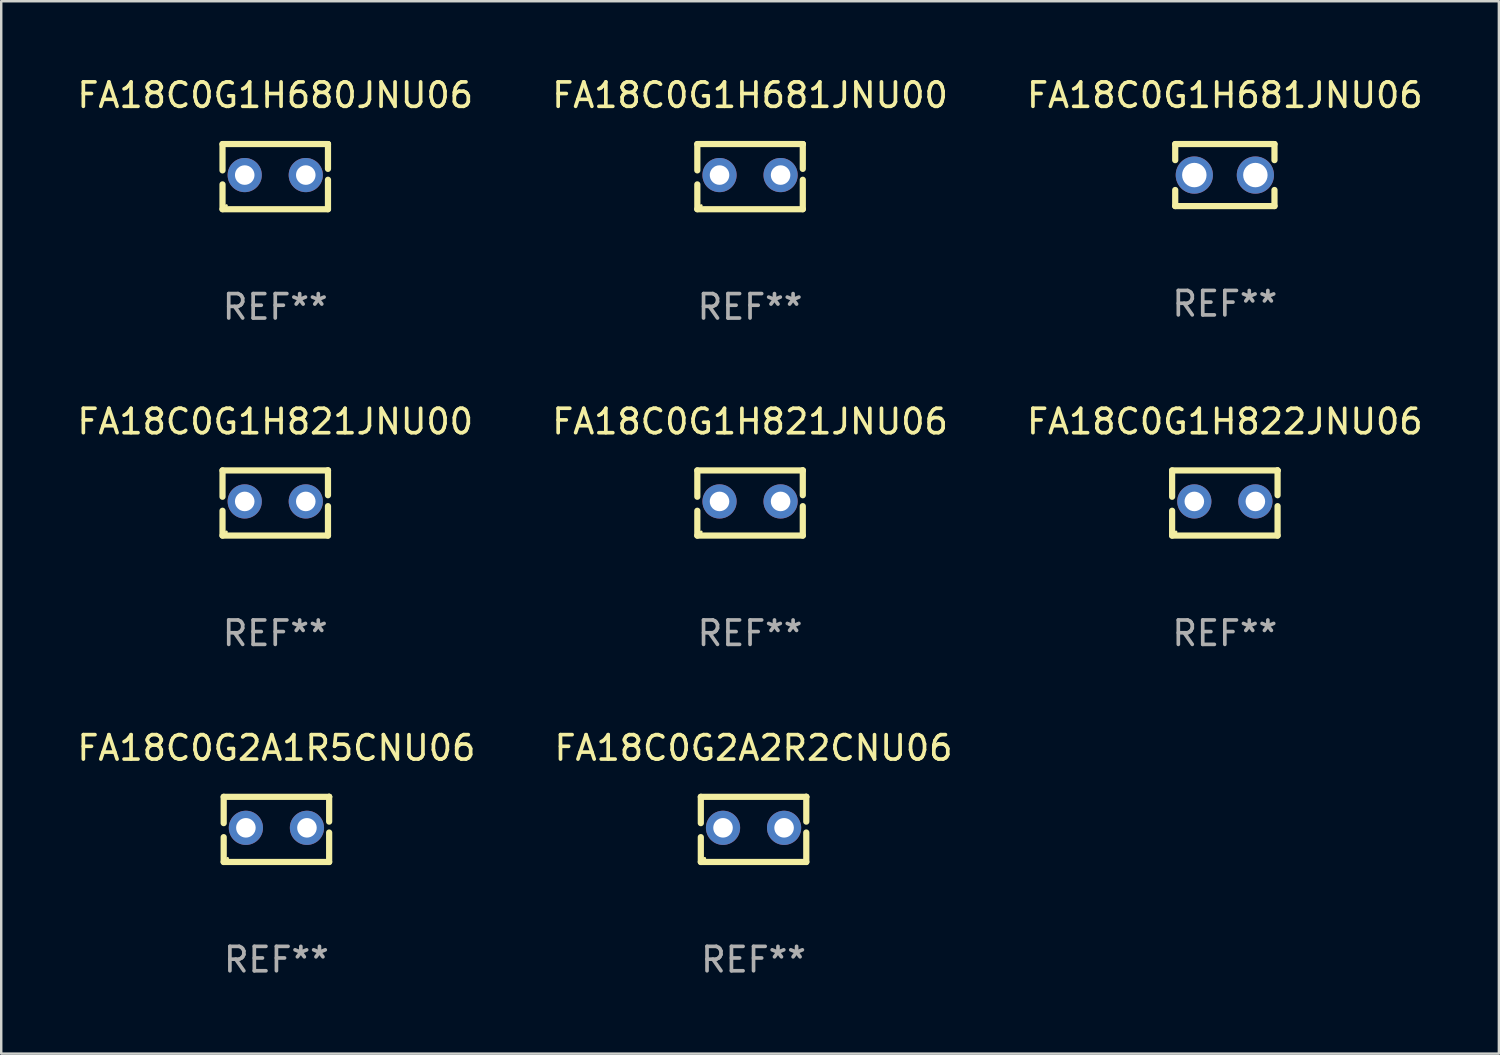
<source format=kicad_pcb>
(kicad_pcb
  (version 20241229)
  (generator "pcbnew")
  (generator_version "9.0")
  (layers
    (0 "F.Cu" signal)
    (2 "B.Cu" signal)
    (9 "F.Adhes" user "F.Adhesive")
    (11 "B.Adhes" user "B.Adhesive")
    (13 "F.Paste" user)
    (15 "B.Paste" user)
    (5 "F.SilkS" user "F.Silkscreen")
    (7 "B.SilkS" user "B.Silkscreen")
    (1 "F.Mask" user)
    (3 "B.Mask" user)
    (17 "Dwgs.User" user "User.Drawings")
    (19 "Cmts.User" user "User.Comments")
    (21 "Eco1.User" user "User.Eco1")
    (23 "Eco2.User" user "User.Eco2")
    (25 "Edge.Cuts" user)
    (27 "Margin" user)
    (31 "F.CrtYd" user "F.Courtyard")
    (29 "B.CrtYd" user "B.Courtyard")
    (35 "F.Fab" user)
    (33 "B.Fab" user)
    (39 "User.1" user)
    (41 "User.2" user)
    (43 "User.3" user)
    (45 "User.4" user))
  (footprint "FA18C0G1H681JNU06"
    (layer "F.Cu")
    (at 47.101 4.118)
    (property "Reference" "FA18C0G1H681JNU06" (at 0 -3.27 0) (layer "F.SilkS") (effects (font (size 1 1) (thickness 0.15))))
    (attr through_hole)
    (fp_line (start -2.032 -1.27) (end -2.032 -0.611) (stroke (width 0.254) (type solid)) (layer "F.SilkS"))
    (fp_line (start -2.032 0.611) (end -2.032 1.27) (stroke (width 0.254) (type solid)) (layer "F.SilkS"))
    (fp_line (start -2.032 1.27) (end 2.032 1.27) (stroke (width 0.254) (type solid)) (layer "F.SilkS"))
    (fp_line (start 2.032 -1.27) (end -2.032 -1.27) (stroke (width 0.254) (type solid)) (layer "F.SilkS"))
    (fp_line (start 2.032 -0.611) (end 2.032 -1.27) (stroke (width 0.254) (type solid)) (layer "F.SilkS"))
    (fp_line (start 2.032 1.27) (end 2.032 0.611) (stroke (width 0.254) (type solid)) (layer "F.SilkS"))
    (fp_circle (center -2 1.25) (end -1.97 1.25) (stroke (width 0.06) (type solid)) (fill no) (layer "F.SilkS"))
    (fp_text user "REF**" (at 0 5.27 0) (layer "F.Fab") (effects (font (size 1 1) (thickness 0.15))))
    (pad "1" thru_hole circle (at -1.25 0) (size 1.524 1.524) (drill 1) (layers "*.Cu" "*.Mask"))
    (pad "2" thru_hole circle (at 1.25 0) (size 1.524 1.524) (drill 1) (layers "*.Cu" "*.Mask")))
  (footprint "FA18C0G1H822JNU06"
    (layer "F.Cu")
    (at 47.101 17.545)
    (property "Reference" "FA18C0G1H822JNU06" (at 0 -3.334 0) (layer "F.SilkS") (effects (font (size 1 1) (thickness 0.15))))
    (attr through_hole)
    (fp_line (start -2.159 -1.334) (end 2.159 -1.334) (stroke (width 0.254) (type solid)) (layer "F.SilkS"))
    (fp_line (start -2.159 -0.256) (end -2.159 -1.334) (stroke (width 0.254) (type solid)) (layer "F.SilkS"))
    (fp_line (start -2.159 1.334) (end -2.159 0.318) (stroke (width 0.254) (type solid)) (layer "F.SilkS"))
    (fp_line (start 2.159 -1.334) (end 2.159 -1.334) (stroke (width 0.254) (type solid)) (layer "F.SilkS"))
    (fp_line (start 2.159 -1.334) (end 2.159 -0.318) (stroke (width 0.254) (type solid)) (layer "F.SilkS"))
    (fp_line (start 2.159 0.129) (end 2.159 1.334) (stroke (width 0.254) (type solid)) (layer "F.SilkS"))
    (fp_line (start 2.159 1.334) (end -2.159 1.334) (stroke (width 0.254) (type solid)) (layer "F.SilkS"))
    (fp_circle (center -2 1.186) (end -1.97 1.186) (stroke (width 0.06) (type solid)) (fill no) (layer "F.SilkS"))
    (fp_text user "REF**" (at 0 5.334 0) (layer "F.Fab") (effects (font (size 1 1) (thickness 0.15))))
    (pad "1" thru_hole circle (at -1.25 -0.064) (size 1.4 1.4) (drill 0.8) (layers "*.Cu" "*.Mask"))
    (pad "2" thru_hole circle (at 1.25 -0.064) (size 1.4 1.4) (drill 0.8) (layers "*.Cu" "*.Mask")))
  (footprint "FA18C0G1H680JNU06"
    (layer "F.Cu")
    (at 8.22 4.182)
    (property "Reference" "FA18C0G1H680JNU06" (at 0 -3.334 0) (layer "F.SilkS") (effects (font (size 1 1) (thickness 0.15))))
    (attr through_hole)
    (fp_line (start -2.159 -1.334) (end 2.159 -1.334) (stroke (width 0.254) (type solid)) (layer "F.SilkS"))
    (fp_line (start -2.159 -0.256) (end -2.159 -1.334) (stroke (width 0.254) (type solid)) (layer "F.SilkS"))
    (fp_line (start -2.159 1.334) (end -2.159 0.318) (stroke (width 0.254) (type solid)) (layer "F.SilkS"))
    (fp_line (start 2.159 -1.334) (end 2.159 -1.334) (stroke (width 0.254) (type solid)) (layer "F.SilkS"))
    (fp_line (start 2.159 -1.334) (end 2.159 -0.318) (stroke (width 0.254) (type solid)) (layer "F.SilkS"))
    (fp_line (start 2.159 0.129) (end 2.159 1.334) (stroke (width 0.254) (type solid)) (layer "F.SilkS"))
    (fp_line (start 2.159 1.334) (end -2.159 1.334) (stroke (width 0.254) (type solid)) (layer "F.SilkS"))
    (fp_circle (center -2 1.186) (end -1.97 1.186) (stroke (width 0.06) (type solid)) (fill no) (layer "F.SilkS"))
    (fp_text user "REF**" (at 0 5.334 0) (layer "F.Fab") (effects (font (size 1 1) (thickness 0.15))))
    (pad "1" thru_hole circle (at -1.25 -0.064) (size 1.4 1.4) (drill 0.8) (layers "*.Cu" "*.Mask"))
    (pad "2" thru_hole circle (at 1.25 -0.064) (size 1.4 1.4) (drill 0.8) (layers "*.Cu" "*.Mask")))
  (footprint "FA18C0G2A2R2CNU06"
    (layer "F.Cu")
    (at 27.804 30.909)
    (property "Reference" "FA18C0G2A2R2CNU06" (at 0 -3.334 0) (layer "F.SilkS") (effects (font (size 1 1) (thickness 0.15))))
    (attr through_hole)
    (fp_line (start -2.159 -1.334) (end 2.159 -1.334) (stroke (width 0.254) (type solid)) (layer "F.SilkS"))
    (fp_line (start -2.159 -0.256) (end -2.159 -1.334) (stroke (width 0.254) (type solid)) (layer "F.SilkS"))
    (fp_line (start -2.159 1.334) (end -2.159 0.318) (stroke (width 0.254) (type solid)) (layer "F.SilkS"))
    (fp_line (start 2.159 -1.334) (end 2.159 -1.334) (stroke (width 0.254) (type solid)) (layer "F.SilkS"))
    (fp_line (start 2.159 -1.334) (end 2.159 -0.318) (stroke (width 0.254) (type solid)) (layer "F.SilkS"))
    (fp_line (start 2.159 0.129) (end 2.159 1.334) (stroke (width 0.254) (type solid)) (layer "F.SilkS"))
    (fp_line (start 2.159 1.334) (end -2.159 1.334) (stroke (width 0.254) (type solid)) (layer "F.SilkS"))
    (fp_circle (center -2 1.186) (end -1.97 1.186) (stroke (width 0.06) (type solid)) (fill no) (layer "F.SilkS"))
    (fp_text user "REF**" (at 0 5.334 0) (layer "F.Fab") (effects (font (size 1 1) (thickness 0.15))))
    (pad "1" thru_hole circle (at -1.25 -0.064) (size 1.4 1.4) (drill 0.8) (layers "*.Cu" "*.Mask"))
    (pad "2" thru_hole circle (at 1.25 -0.064) (size 1.4 1.4) (drill 0.8) (layers "*.Cu" "*.Mask")))
  (footprint "FA18C0G1H681JNU00"
    (layer "F.Cu")
    (at 27.661 4.182)
    (property "Reference" "FA18C0G1H681JNU00" (at 0 -3.334 0) (layer "F.SilkS") (effects (font (size 1 1) (thickness 0.15))))
    (attr through_hole)
    (fp_line (start -2.159 -1.334) (end 2.159 -1.334) (stroke (width 0.254) (type solid)) (layer "F.SilkS"))
    (fp_line (start -2.159 -0.256) (end -2.159 -1.334) (stroke (width 0.254) (type solid)) (layer "F.SilkS"))
    (fp_line (start -2.159 1.334) (end -2.159 0.318) (stroke (width 0.254) (type solid)) (layer "F.SilkS"))
    (fp_line (start 2.159 -1.334) (end 2.159 -1.334) (stroke (width 0.254) (type solid)) (layer "F.SilkS"))
    (fp_line (start 2.159 -1.334) (end 2.159 -0.318) (stroke (width 0.254) (type solid)) (layer "F.SilkS"))
    (fp_line (start 2.159 0.129) (end 2.159 1.334) (stroke (width 0.254) (type solid)) (layer "F.SilkS"))
    (fp_line (start 2.159 1.334) (end -2.159 1.334) (stroke (width 0.254) (type solid)) (layer "F.SilkS"))
    (fp_circle (center -2 1.186) (end -1.97 1.186) (stroke (width 0.06) (type solid)) (fill no) (layer "F.SilkS"))
    (fp_text user "REF**" (at 0 5.334 0) (layer "F.Fab") (effects (font (size 1 1) (thickness 0.15))))
    (pad "1" thru_hole circle (at -1.25 -0.064) (size 1.4 1.4) (drill 0.8) (layers "*.Cu" "*.Mask"))
    (pad "2" thru_hole circle (at 1.25 -0.064) (size 1.4 1.4) (drill 0.8) (layers "*.Cu" "*.Mask")))
  (footprint "FA18C0G2A1R5CNU06"
    (layer "F.Cu")
    (at 8.268 30.909)
    (property "Reference" "FA18C0G2A1R5CNU06" (at 0 -3.334 0) (layer "F.SilkS") (effects (font (size 1 1) (thickness 0.15))))
    (attr through_hole)
    (fp_line (start -2.159 -1.334) (end 2.159 -1.334) (stroke (width 0.254) (type solid)) (layer "F.SilkS"))
    (fp_line (start -2.159 -0.256) (end -2.159 -1.334) (stroke (width 0.254) (type solid)) (layer "F.SilkS"))
    (fp_line (start -2.159 1.334) (end -2.159 0.318) (stroke (width 0.254) (type solid)) (layer "F.SilkS"))
    (fp_line (start 2.159 -1.334) (end 2.159 -1.334) (stroke (width 0.254) (type solid)) (layer "F.SilkS"))
    (fp_line (start 2.159 -1.334) (end 2.159 -0.318) (stroke (width 0.254) (type solid)) (layer "F.SilkS"))
    (fp_line (start 2.159 0.129) (end 2.159 1.334) (stroke (width 0.254) (type solid)) (layer "F.SilkS"))
    (fp_line (start 2.159 1.334) (end -2.159 1.334) (stroke (width 0.254) (type solid)) (layer "F.SilkS"))
    (fp_circle (center -2 1.186) (end -1.97 1.186) (stroke (width 0.06) (type solid)) (fill no) (layer "F.SilkS"))
    (fp_text user "REF**" (at 0 5.334 0) (layer "F.Fab") (effects (font (size 1 1) (thickness 0.15))))
    (pad "1" thru_hole circle (at -1.25 -0.064) (size 1.4 1.4) (drill 0.8) (layers "*.Cu" "*.Mask"))
    (pad "2" thru_hole circle (at 1.25 -0.064) (size 1.4 1.4) (drill 0.8) (layers "*.Cu" "*.Mask")))
  (footprint "FA18C0G1H821JNU06"
    (layer "F.Cu")
    (at 27.661 17.545)
    (property "Reference" "FA18C0G1H821JNU06" (at 0 -3.334 0) (layer "F.SilkS") (effects (font (size 1 1) (thickness 0.15))))
    (attr through_hole)
    (fp_line (start -2.159 -1.334) (end 2.159 -1.334) (stroke (width 0.254) (type solid)) (layer "F.SilkS"))
    (fp_line (start -2.159 -0.256) (end -2.159 -1.334) (stroke (width 0.254) (type solid)) (layer "F.SilkS"))
    (fp_line (start -2.159 1.334) (end -2.159 0.318) (stroke (width 0.254) (type solid)) (layer "F.SilkS"))
    (fp_line (start 2.159 -1.334) (end 2.159 -1.334) (stroke (width 0.254) (type solid)) (layer "F.SilkS"))
    (fp_line (start 2.159 -1.334) (end 2.159 -0.318) (stroke (width 0.254) (type solid)) (layer "F.SilkS"))
    (fp_line (start 2.159 0.129) (end 2.159 1.334) (stroke (width 0.254) (type solid)) (layer "F.SilkS"))
    (fp_line (start 2.159 1.334) (end -2.159 1.334) (stroke (width 0.254) (type solid)) (layer "F.SilkS"))
    (fp_circle (center -2 1.186) (end -1.97 1.186) (stroke (width 0.06) (type solid)) (fill no) (layer "F.SilkS"))
    (fp_text user "REF**" (at 0 5.334 0) (layer "F.Fab") (effects (font (size 1 1) (thickness 0.15))))
    (pad "1" thru_hole circle (at -1.25 -0.064) (size 1.4 1.4) (drill 0.8) (layers "*.Cu" "*.Mask"))
    (pad "2" thru_hole circle (at 1.25 -0.064) (size 1.4 1.4) (drill 0.8) (layers "*.Cu" "*.Mask")))
  (footprint "FA18C0G1H821JNU00"
    (layer "F.Cu")
    (at 8.22 17.545)
    (property "Reference" "FA18C0G1H821JNU00" (at 0 -3.334 0) (layer "F.SilkS") (effects (font (size 1 1) (thickness 0.15))))
    (attr through_hole)
    (fp_line (start -2.159 -1.334) (end 2.159 -1.334) (stroke (width 0.254) (type solid)) (layer "F.SilkS"))
    (fp_line (start -2.159 -0.256) (end -2.159 -1.334) (stroke (width 0.254) (type solid)) (layer "F.SilkS"))
    (fp_line (start -2.159 1.334) (end -2.159 0.318) (stroke (width 0.254) (type solid)) (layer "F.SilkS"))
    (fp_line (start 2.159 -1.334) (end 2.159 -1.334) (stroke (width 0.254) (type solid)) (layer "F.SilkS"))
    (fp_line (start 2.159 -1.334) (end 2.159 -0.318) (stroke (width 0.254) (type solid)) (layer "F.SilkS"))
    (fp_line (start 2.159 0.129) (end 2.159 1.334) (stroke (width 0.254) (type solid)) (layer "F.SilkS"))
    (fp_line (start 2.159 1.334) (end -2.159 1.334) (stroke (width 0.254) (type solid)) (layer "F.SilkS"))
    (fp_circle (center -2 1.186) (end -1.97 1.186) (stroke (width 0.06) (type solid)) (fill no) (layer "F.SilkS"))
    (fp_text user "REF**" (at 0 5.334 0) (layer "F.Fab") (effects (font (size 1 1) (thickness 0.15))))
    (pad "1" thru_hole circle (at -1.25 -0.064) (size 1.4 1.4) (drill 0.8) (layers "*.Cu" "*.Mask"))
    (pad "2" thru_hole circle (at 1.25 -0.064) (size 1.4 1.4) (drill 0.8) (layers "*.Cu" "*.Mask")))
  (gr_rect
    (start -3 -3)
    (end 58.321 40.091)
    (stroke (width 0.1) (type default))
    (fill no)
    (layer "Edge.Cuts")))
</source>
